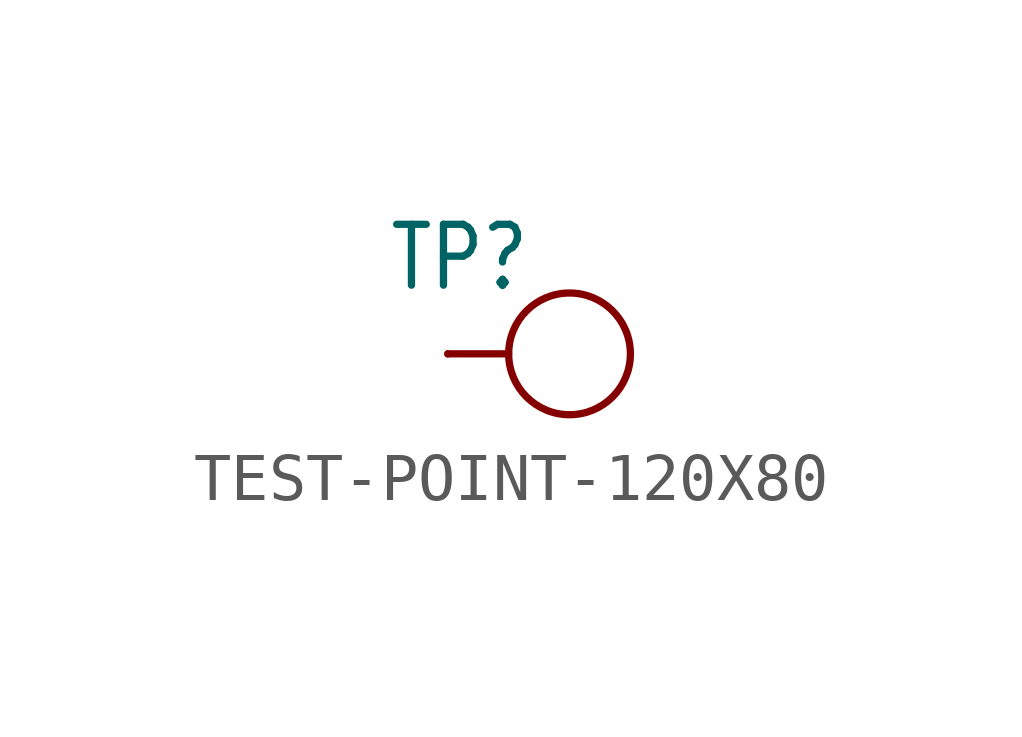
<source format=kicad_sym>
(kicad_symbol_lib
  (version 20241209)
  (generator "kicad_symbol_editor")
  (generator_version "9.0")
  (symbol "TEST-POINT-120X80"
    (property "Reference" "TP"
      (at -3.81 1.27 0)
      (effects (font (size 1.27 1.079)) (justify left bottom)))
    (property "ki_locked" ""
      (at 0 0 0)
      (effects (font (size 1.27 1.27))))
    (symbol "TEST-POINT-120X80_1_0"
      (polyline (pts (xy -2.54 0) (xy -1.27 0)) (stroke (width 0.152) (type solid)) (fill (type none)))
      (circle (center 0 0) (radius 1.27) (stroke (width 0.152) (type solid)) (fill (type none)))
      (pin bidirectional line (at -2.54 0 0) (length 0) (name "T" (effects (font (size 0 0)))) (number "1" (effects (font (size 0 0))))))))
</source>
